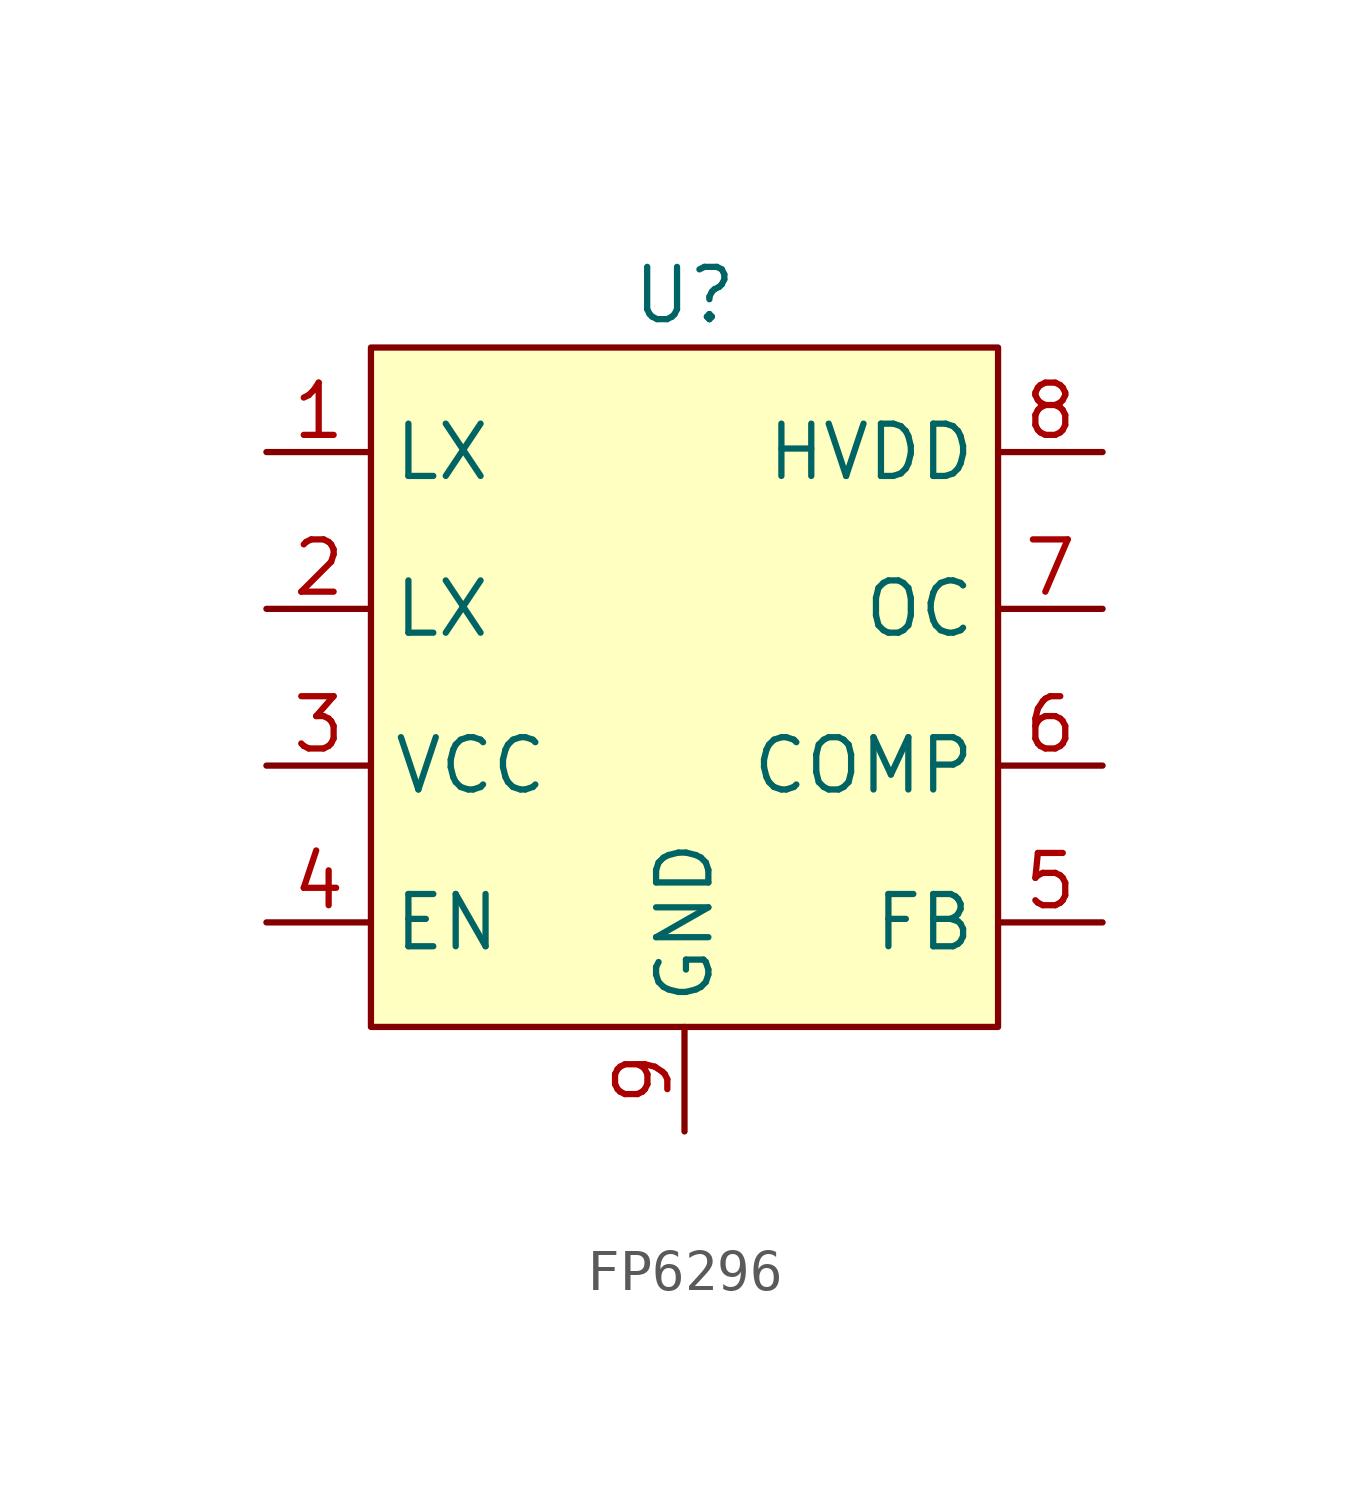
<source format=kicad_sym>
(kicad_symbol_lib
  (version 20220914)
  (generator kicad_symbol_editor)
  (symbol "FP6296"
    (property "Reference" "U"
      (at 0 8.89 0)
      (effects (font (size 1.27 1.27))))
    (property "Value" ""
      (at -5.08 1.27 0)
      (effects (font (size 1.27 1.27))))
    (symbol "FP6296_1_1"
      (rectangle (start -7.62 7.62) (end 7.62 -8.89) (stroke (width 0) (type default)) (fill (type background)))
      (pin input line (at -10.16 5.08 0) (length 2.54) (name "LX" (effects (font (size 1.27 1.27)))) (number "1" (effects (font (size 1.27 1.27)))))
      (pin input line (at -10.16 1.27 0) (length 2.54) (name "LX" (effects (font (size 1.27 1.27)))) (number "2" (effects (font (size 1.27 1.27)))))
      (pin input line (at -10.16 -2.54 0) (length 2.54) (name "VCC" (effects (font (size 1.27 1.27)))) (number "3" (effects (font (size 1.27 1.27)))))
      (pin input line (at -10.16 -6.35 0) (length 2.54) (name "EN" (effects (font (size 1.27 1.27)))) (number "4" (effects (font (size 1.27 1.27)))))
      (pin input line (at 10.16 -6.35 180) (length 2.54) (name "FB" (effects (font (size 1.27 1.27)))) (number "5" (effects (font (size 1.27 1.27)))))
      (pin input line (at 10.16 -2.54 180) (length 2.54) (name "COMP" (effects (font (size 1.27 1.27)))) (number "6" (effects (font (size 1.27 1.27)))))
      (pin input line (at 10.16 1.27 180) (length 2.54) (name "OC" (effects (font (size 1.27 1.27)))) (number "7" (effects (font (size 1.27 1.27)))))
      (pin output line (at 10.16 5.08 180) (length 2.54) (name "HVDD" (effects (font (size 1.27 1.27)))) (number "8" (effects (font (size 1.27 1.27)))))
      (pin passive line (at 0 -11.43 90) (length 2.54) (name "GND" (effects (font (size 1.27 1.27)))) (number "9" (effects (font (size 1.27 1.27))))))))
</source>
